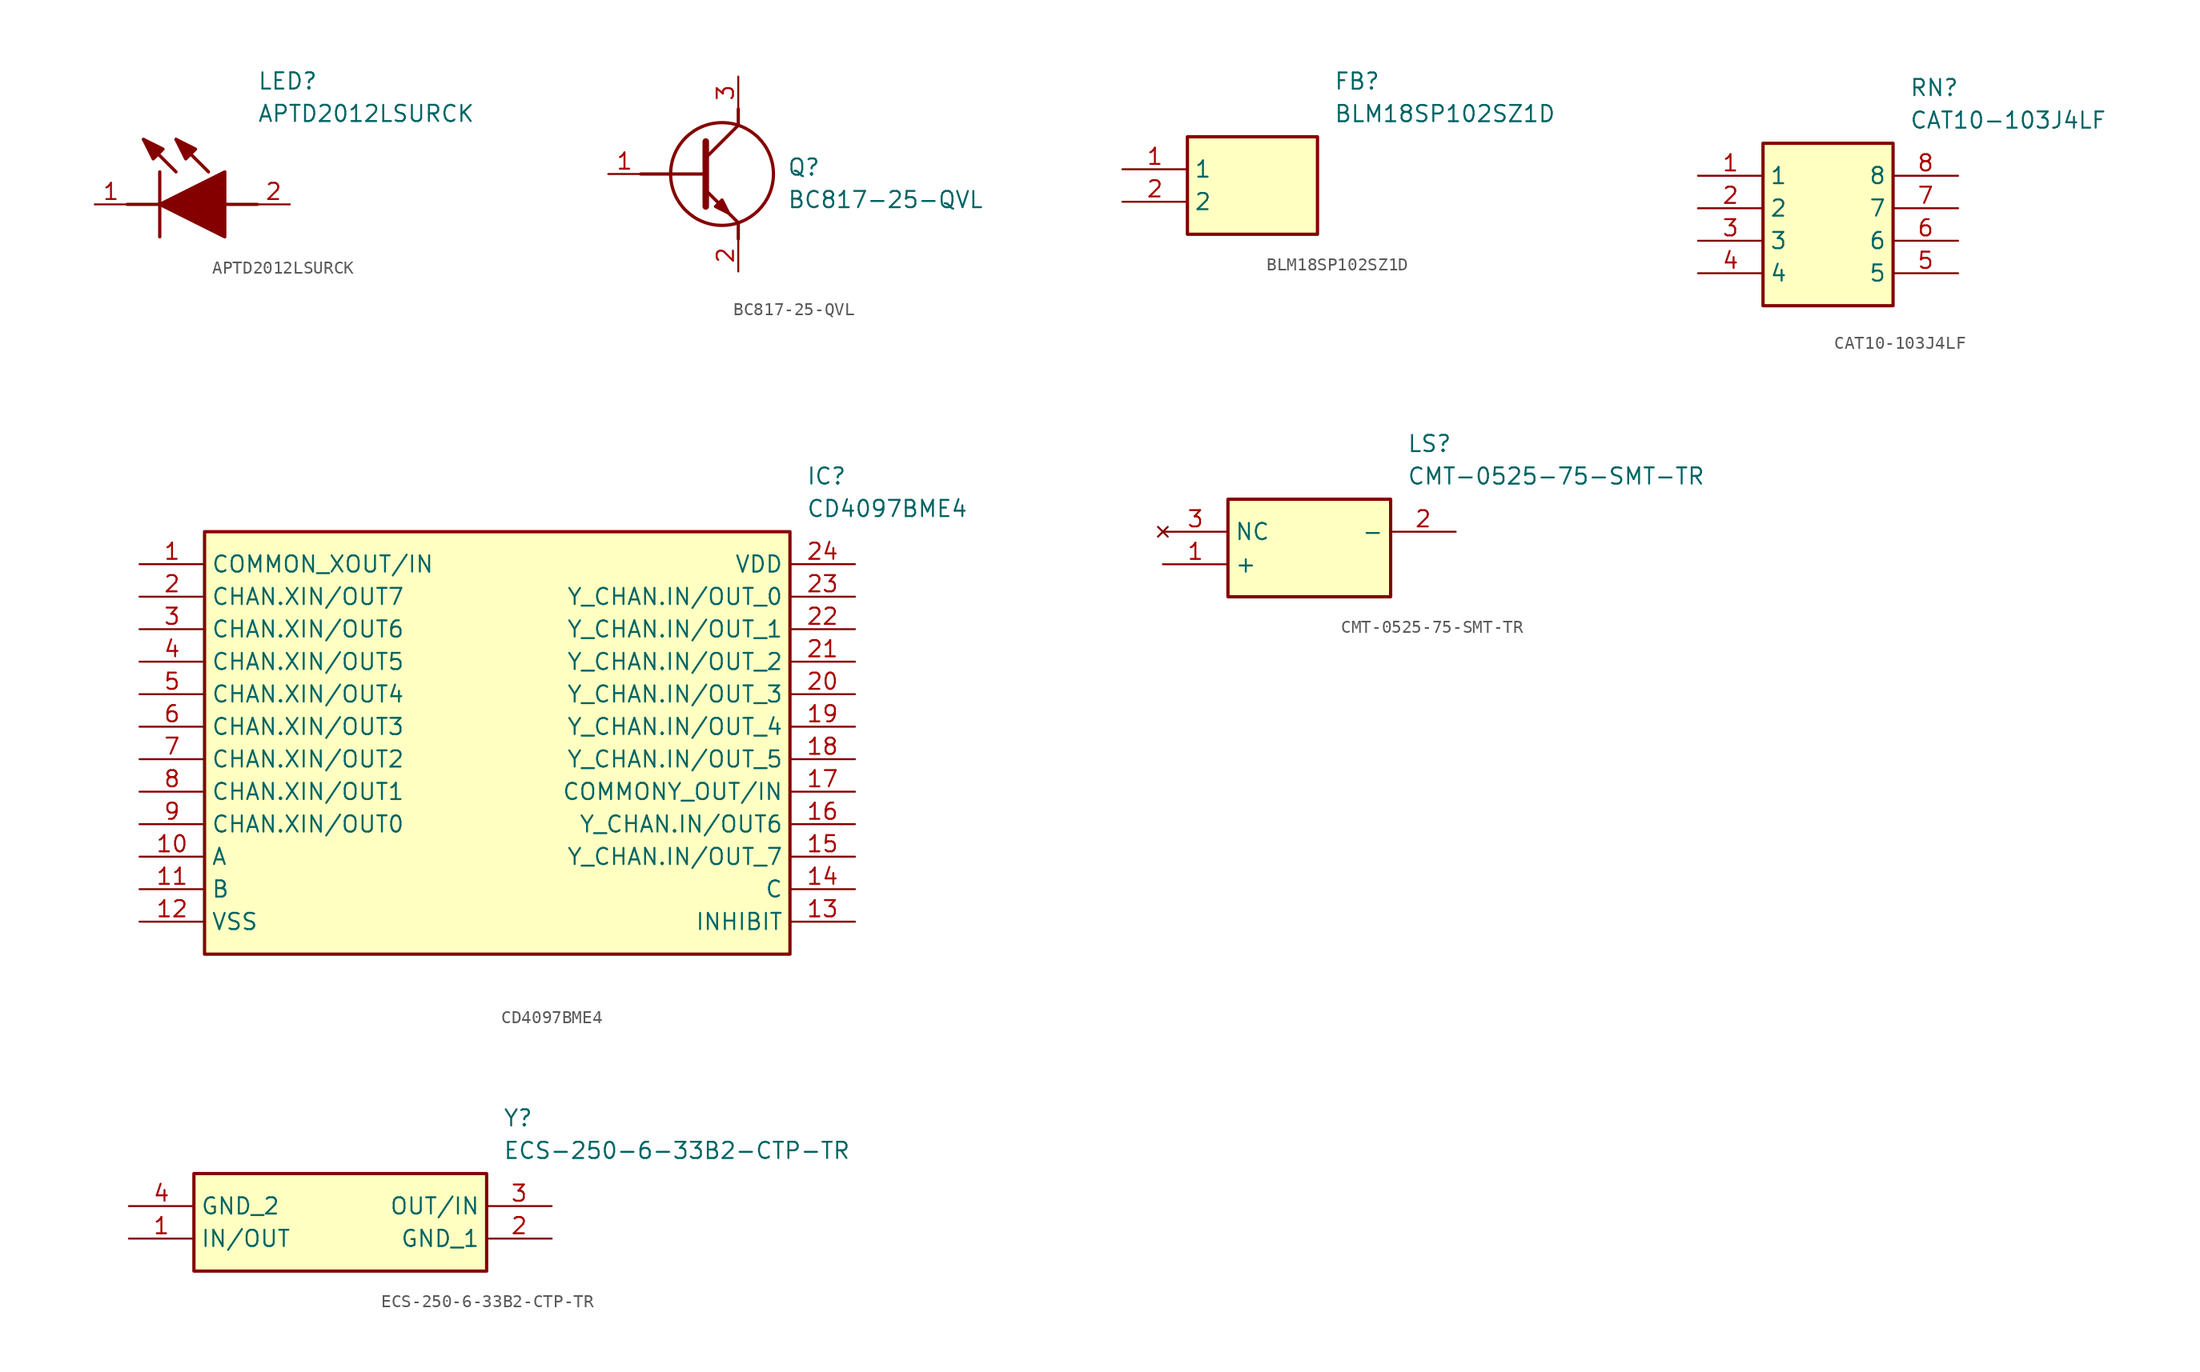
<source format=kicad_sym>
(kicad_symbol_lib
  (version 20231120)
  (generator "kicad_symbol_editor")
  (generator_version "8.0")
  (symbol "APTD2012LSURCK"
    (pin_names hide)
    (property "Reference" "LED"
      (at 12.7 8.89 0)
      (effects (font (size 1.27 1.27)) (justify left bottom)))
    (property "Value" "APTD2012LSURCK"
      (at 12.7 6.35 0)
      (effects (font (size 1.27 1.27)) (justify left bottom)))
    (symbol "APTD2012LSURCK_1_1"
      (polyline (pts (xy 2.54 0) (xy 5.08 0)) (stroke (width 0.254) (type default)) (fill (type none)))
      (polyline (pts (xy 5.08 2.54) (xy 5.08 -2.54)) (stroke (width 0.254) (type default)) (fill (type none)))
      (polyline (pts (xy 6.35 2.54) (xy 3.81 5.08)) (stroke (width 0.254) (type default)) (fill (type none)))
      (polyline (pts (xy 8.89 2.54) (xy 6.35 5.08)) (stroke (width 0.254) (type default)) (fill (type none)))
      (polyline (pts (xy 10.16 0) (xy 12.7 0)) (stroke (width 0.254) (type default)) (fill (type none)))
      (polyline (pts (xy 5.08 0) (xy 10.16 2.54) (xy 10.16 -2.54) (xy 5.08 0)) (stroke (width 0.254) (type default)) (fill (type outline)))
      (polyline (pts (xy 5.334 4.318) (xy 4.572 3.556) (xy 3.81 5.08) (xy 5.334 4.318)) (stroke (width 0.254) (type default)) (fill (type outline)))
      (polyline (pts (xy 7.874 4.318) (xy 7.112 3.556) (xy 6.35 5.08) (xy 7.874 4.318)) (stroke (width 0.254) (type default)) (fill (type outline)))
      (pin passive line (at 0 0 0) (length 2.54) (name "K" (effects (font (size 1.27 1.27)))) (number "1" (effects (font (size 1.27 1.27)))))
      (pin passive line (at 15.24 0 180) (length 2.54) (name "A" (effects (font (size 1.27 1.27)))) (number "2" (effects (font (size 1.27 1.27)))))))
  (symbol "BC817-25-QVL"
    (pin_names hide)
    (property "Reference" "Q"
      (at 13.97 1.27 0)
      (effects (font (size 1.27 1.27)) (justify left top)))
    (property "Value" "BC817-25-QVL"
      (at 13.97 -1.27 0)
      (effects (font (size 1.27 1.27)) (justify left top)))
    (symbol "BC817-25-QVL_1_1"
      (polyline (pts (xy 2.54 0) (xy 7.62 0)) (stroke (width 0.254) (type default)) (fill (type none)))
      (polyline (pts (xy 7.62 -1.27) (xy 10.16 -3.81)) (stroke (width 0.254) (type default)) (fill (type none)))
      (polyline (pts (xy 7.62 1.27) (xy 10.16 3.81)) (stroke (width 0.254) (type default)) (fill (type none)))
      (polyline (pts (xy 7.62 2.54) (xy 7.62 -2.54)) (stroke (width 0.508) (type default)) (fill (type none)))
      (polyline (pts (xy 10.16 -3.81) (xy 10.16 -5.08)) (stroke (width 0.254) (type default)) (fill (type none)))
      (polyline (pts (xy 10.16 3.81) (xy 10.16 5.08)) (stroke (width 0.254) (type default)) (fill (type none)))
      (polyline (pts (xy 8.382 -2.54) (xy 8.89 -2.032) (xy 9.398 -3.048) (xy 8.382 -2.54)) (stroke (width 0.254) (type default)) (fill (type outline)))
      (circle (center 8.89 0) (radius 4.016) (stroke (width 0.254) (type default)) (fill (type none)))
      (pin passive line (at 0 0 0) (length 2.54) (name "B" (effects (font (size 1.27 1.27)))) (number "1" (effects (font (size 1.27 1.27)))))
      (pin passive line (at 10.16 -7.62 90) (length 2.54) (name "E" (effects (font (size 1.27 1.27)))) (number "2" (effects (font (size 1.27 1.27)))))
      (pin passive line (at 10.16 7.62 270) (length 2.54) (name "C" (effects (font (size 1.27 1.27)))) (number "3" (effects (font (size 1.27 1.27)))))))
  (symbol "BLM18SP102SZ1D"
    (property "Reference" "FB"
      (at 16.51 7.62 0)
      (effects (font (size 1.27 1.27)) (justify left top)))
    (property "Value" "BLM18SP102SZ1D"
      (at 16.51 5.08 0)
      (effects (font (size 1.27 1.27)) (justify left top)))
    (symbol "BLM18SP102SZ1D_1_1"
      (rectangle (start 5.08 2.54) (end 15.24 -5.08) (stroke (width 0.254) (type default)) (fill (type background)))
      (pin passive line (at 0 0 0) (length 5.08) (name "1" (effects (font (size 1.27 1.27)))) (number "1" (effects (font (size 1.27 1.27)))))
      (pin passive line (at 0 -2.54 0) (length 5.08) (name "2" (effects (font (size 1.27 1.27)))) (number "2" (effects (font (size 1.27 1.27)))))))
  (symbol "CAT10-103J4LF"
    (property "Reference" "RN"
      (at 16.51 7.62 0)
      (effects (font (size 1.27 1.27)) (justify left top)))
    (property "Value" "CAT10-103J4LF"
      (at 16.51 5.08 0)
      (effects (font (size 1.27 1.27)) (justify left top)))
    (symbol "CAT10-103J4LF_1_1"
      (rectangle (start 5.08 2.54) (end 15.24 -10.16) (stroke (width 0.254) (type default)) (fill (type background)))
      (pin passive line (at 0 0 0) (length 5.08) (name "1" (effects (font (size 1.27 1.27)))) (number "1" (effects (font (size 1.27 1.27)))))
      (pin passive line (at 0 -2.54 0) (length 5.08) (name "2" (effects (font (size 1.27 1.27)))) (number "2" (effects (font (size 1.27 1.27)))))
      (pin passive line (at 0 -5.08 0) (length 5.08) (name "3" (effects (font (size 1.27 1.27)))) (number "3" (effects (font (size 1.27 1.27)))))
      (pin passive line (at 0 -7.62 0) (length 5.08) (name "4" (effects (font (size 1.27 1.27)))) (number "4" (effects (font (size 1.27 1.27)))))
      (pin passive line (at 20.32 -7.62 180) (length 5.08) (name "5" (effects (font (size 1.27 1.27)))) (number "5" (effects (font (size 1.27 1.27)))))
      (pin passive line (at 20.32 -5.08 180) (length 5.08) (name "6" (effects (font (size 1.27 1.27)))) (number "6" (effects (font (size 1.27 1.27)))))
      (pin passive line (at 20.32 -2.54 180) (length 5.08) (name "7" (effects (font (size 1.27 1.27)))) (number "7" (effects (font (size 1.27 1.27)))))
      (pin passive line (at 20.32 0 180) (length 5.08) (name "8" (effects (font (size 1.27 1.27)))) (number "8" (effects (font (size 1.27 1.27)))))))
  (symbol "CD4097BME4"
    (property "Reference" "IC"
      (at 52.07 7.62 0)
      (effects (font (size 1.27 1.27)) (justify left top)))
    (property "Value" "CD4097BME4"
      (at 52.07 5.08 0)
      (effects (font (size 1.27 1.27)) (justify left top)))
    (symbol "CD4097BME4_1_1"
      (rectangle (start 5.08 2.54) (end 50.8 -30.48) (stroke (width 0.254) (type default)) (fill (type background)))
      (pin passive line (at 0 0 0) (length 5.08) (name "COMMON_XOUT/IN" (effects (font (size 1.27 1.27)))) (number "1" (effects (font (size 1.27 1.27)))))
      (pin passive line (at 0 -22.86 0) (length 5.08) (name "A" (effects (font (size 1.27 1.27)))) (number "10" (effects (font (size 1.27 1.27)))))
      (pin passive line (at 0 -25.4 0) (length 5.08) (name "B" (effects (font (size 1.27 1.27)))) (number "11" (effects (font (size 1.27 1.27)))))
      (pin passive line (at 0 -27.94 0) (length 5.08) (name "VSS" (effects (font (size 1.27 1.27)))) (number "12" (effects (font (size 1.27 1.27)))))
      (pin passive line (at 55.88 -27.94 180) (length 5.08) (name "INHIBIT" (effects (font (size 1.27 1.27)))) (number "13" (effects (font (size 1.27 1.27)))))
      (pin passive line (at 55.88 -25.4 180) (length 5.08) (name "C" (effects (font (size 1.27 1.27)))) (number "14" (effects (font (size 1.27 1.27)))))
      (pin passive line (at 55.88 -22.86 180) (length 5.08) (name "Y_CHAN.IN/OUT_7" (effects (font (size 1.27 1.27)))) (number "15" (effects (font (size 1.27 1.27)))))
      (pin passive line (at 55.88 -20.32 180) (length 5.08) (name "Y_CHAN.IN/OUT6" (effects (font (size 1.27 1.27)))) (number "16" (effects (font (size 1.27 1.27)))))
      (pin passive line (at 55.88 -17.78 180) (length 5.08) (name "COMMONY_OUT/IN" (effects (font (size 1.27 1.27)))) (number "17" (effects (font (size 1.27 1.27)))))
      (pin passive line (at 55.88 -15.24 180) (length 5.08) (name "Y_CHAN.IN/OUT_5" (effects (font (size 1.27 1.27)))) (number "18" (effects (font (size 1.27 1.27)))))
      (pin passive line (at 55.88 -12.7 180) (length 5.08) (name "Y_CHAN.IN/OUT_4" (effects (font (size 1.27 1.27)))) (number "19" (effects (font (size 1.27 1.27)))))
      (pin passive line (at 0 -2.54 0) (length 5.08) (name "CHAN.XIN/OUT7" (effects (font (size 1.27 1.27)))) (number "2" (effects (font (size 1.27 1.27)))))
      (pin passive line (at 55.88 -10.16 180) (length 5.08) (name "Y_CHAN.IN/OUT_3" (effects (font (size 1.27 1.27)))) (number "20" (effects (font (size 1.27 1.27)))))
      (pin passive line (at 55.88 -7.62 180) (length 5.08) (name "Y_CHAN.IN/OUT_2" (effects (font (size 1.27 1.27)))) (number "21" (effects (font (size 1.27 1.27)))))
      (pin passive line (at 55.88 -5.08 180) (length 5.08) (name "Y_CHAN.IN/OUT_1" (effects (font (size 1.27 1.27)))) (number "22" (effects (font (size 1.27 1.27)))))
      (pin passive line (at 55.88 -2.54 180) (length 5.08) (name "Y_CHAN.IN/OUT_0" (effects (font (size 1.27 1.27)))) (number "23" (effects (font (size 1.27 1.27)))))
      (pin passive line (at 55.88 0 180) (length 5.08) (name "VDD" (effects (font (size 1.27 1.27)))) (number "24" (effects (font (size 1.27 1.27)))))
      (pin passive line (at 0 -5.08 0) (length 5.08) (name "CHAN.XIN/OUT6" (effects (font (size 1.27 1.27)))) (number "3" (effects (font (size 1.27 1.27)))))
      (pin passive line (at 0 -7.62 0) (length 5.08) (name "CHAN.XIN/OUT5" (effects (font (size 1.27 1.27)))) (number "4" (effects (font (size 1.27 1.27)))))
      (pin passive line (at 0 -10.16 0) (length 5.08) (name "CHAN.XIN/OUT4" (effects (font (size 1.27 1.27)))) (number "5" (effects (font (size 1.27 1.27)))))
      (pin passive line (at 0 -12.7 0) (length 5.08) (name "CHAN.XIN/OUT3" (effects (font (size 1.27 1.27)))) (number "6" (effects (font (size 1.27 1.27)))))
      (pin passive line (at 0 -15.24 0) (length 5.08) (name "CHAN.XIN/OUT2" (effects (font (size 1.27 1.27)))) (number "7" (effects (font (size 1.27 1.27)))))
      (pin passive line (at 0 -17.78 0) (length 5.08) (name "CHAN.XIN/OUT1" (effects (font (size 1.27 1.27)))) (number "8" (effects (font (size 1.27 1.27)))))
      (pin passive line (at 0 -20.32 0) (length 5.08) (name "CHAN.XIN/OUT0" (effects (font (size 1.27 1.27)))) (number "9" (effects (font (size 1.27 1.27)))))))
  (symbol "CMT-0525-75-SMT-TR"
    (property "Reference" "LS"
      (at 19.05 7.62 0)
      (effects (font (size 1.27 1.27)) (justify left top)))
    (property "Value" "CMT-0525-75-SMT-TR"
      (at 19.05 5.08 0)
      (effects (font (size 1.27 1.27)) (justify left top)))
    (symbol "CMT-0525-75-SMT-TR_1_1"
      (rectangle (start 5.08 2.54) (end 17.78 -5.08) (stroke (width 0.254) (type default)) (fill (type background)))
      (pin passive line (at 0 -2.54 0) (length 5.08) (name "+" (effects (font (size 1.27 1.27)))) (number "1" (effects (font (size 1.27 1.27)))))
      (pin passive line (at 22.86 0 180) (length 5.08) (name "-" (effects (font (size 1.27 1.27)))) (number "2" (effects (font (size 1.27 1.27)))))
      (pin no_connect line (at 0 0 0) (length 5.08) (name "NC" (effects (font (size 1.27 1.27)))) (number "3" (effects (font (size 1.27 1.27)))))))
  (symbol "ECS-250-6-33B2-CTP-TR"
    (property "Reference" "Y"
      (at 29.21 7.62 0)
      (effects (font (size 1.27 1.27)) (justify left top)))
    (property "Value" "ECS-250-6-33B2-CTP-TR"
      (at 29.21 5.08 0)
      (effects (font (size 1.27 1.27)) (justify left top)))
    (symbol "ECS-250-6-33B2-CTP-TR_1_1"
      (rectangle (start 5.08 2.54) (end 27.94 -5.08) (stroke (width 0.254) (type default)) (fill (type background)))
      (pin passive line (at 0 -2.54 0) (length 5.08) (name "IN/OUT" (effects (font (size 1.27 1.27)))) (number "1" (effects (font (size 1.27 1.27)))))
      (pin passive line (at 33.02 -2.54 180) (length 5.08) (name "GND_1" (effects (font (size 1.27 1.27)))) (number "2" (effects (font (size 1.27 1.27)))))
      (pin passive line (at 33.02 0 180) (length 5.08) (name "OUT/IN" (effects (font (size 1.27 1.27)))) (number "3" (effects (font (size 1.27 1.27)))))
      (pin passive line (at 0 0 0) (length 5.08) (name "GND_2" (effects (font (size 1.27 1.27)))) (number "4" (effects (font (size 1.27 1.27))))))))
</source>
